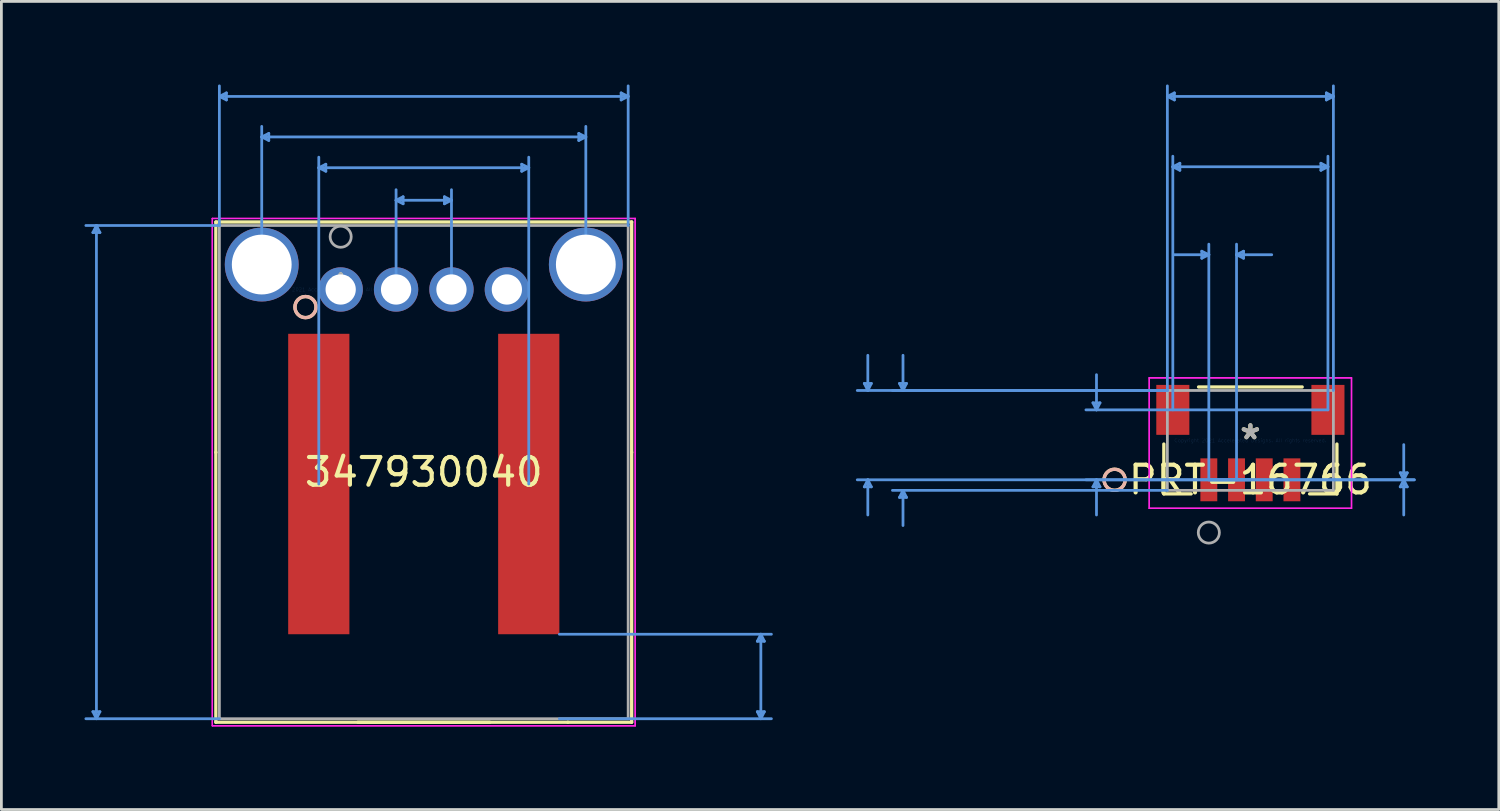
<source format=kicad_pcb>
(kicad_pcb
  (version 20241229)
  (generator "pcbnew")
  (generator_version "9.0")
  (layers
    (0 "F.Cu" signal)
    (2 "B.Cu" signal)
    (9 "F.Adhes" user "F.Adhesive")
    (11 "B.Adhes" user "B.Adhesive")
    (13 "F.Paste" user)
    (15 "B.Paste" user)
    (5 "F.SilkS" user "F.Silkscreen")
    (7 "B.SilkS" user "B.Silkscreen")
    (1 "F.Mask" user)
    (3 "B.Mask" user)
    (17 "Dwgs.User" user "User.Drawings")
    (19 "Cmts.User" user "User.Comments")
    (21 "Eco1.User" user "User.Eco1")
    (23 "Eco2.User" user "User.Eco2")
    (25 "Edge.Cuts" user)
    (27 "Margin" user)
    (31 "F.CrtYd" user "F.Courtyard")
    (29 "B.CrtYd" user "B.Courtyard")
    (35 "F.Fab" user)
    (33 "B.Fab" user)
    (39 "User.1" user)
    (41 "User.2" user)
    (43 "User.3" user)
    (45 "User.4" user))
  (footprint "347930040"
    (layer "F.Cu")
    (at 9.249 7.401)
    (property "Reference" "347930040" (at 3 6.593 0) (layer "F.SilkS") (effects (font (size 1 1) (thickness 0.15))))
    (attr through_hole)
    (fp_line (start -4.506 -2.437) (end -4.506 5.88) (stroke (width 0.12) (type solid)) (layer "F.SilkS"))
    (fp_line (start -4.506 5.88) (end -4.506 15.623) (stroke (width 0.12) (type solid)) (layer "F.SilkS"))
    (fp_line (start -4.506 15.623) (end 8.202 15.623) (stroke (width 0.12) (type solid)) (layer "F.SilkS"))
    (fp_line (start 0.622 15.623) (end 5.378 15.623) (stroke (width 0.12) (type solid)) (layer "F.SilkS"))
    (fp_line (start 8.202 15.623) (end 10.506 15.623) (stroke (width 0.12) (type solid)) (layer "F.SilkS"))
    (fp_line (start 10.506 -2.437) (end -4.506 -2.437) (stroke (width 0.12) (type solid)) (layer "F.SilkS"))
    (fp_line (start 10.506 5.88) (end 10.506 -2.437) (stroke (width 0.12) (type solid)) (layer "F.SilkS"))
    (fp_line (start 10.506 15.623) (end 10.506 5.88) (stroke (width 0.12) (type solid)) (layer "F.SilkS"))
    (fp_circle (center -1.27 0.635) (end -0.889 0.635) (stroke (width 0.12) (type solid)) (fill no) (layer "F.SilkS"))
    (fp_circle (center -1.27 0.635) (end -0.889 0.635) (stroke (width 0.12) (type solid)) (fill no) (layer "B.SilkS"))
    (fp_line (start -8.945 15.242) (end -8.818 15.496) (stroke (width 0.1) (type solid)) (layer "Cmts.User"))
    (fp_line (start -8.945 -2.056) (end -8.818 -2.31) (stroke (width 0.1) (type solid)) (layer "Cmts.User"))
    (fp_line (start -8.945 -2.056) (end -8.691 -2.056) (stroke (width 0.1) (type solid)) (layer "Cmts.User"))
    (fp_line (start -8.818 -2.31) (end -8.818 15.496) (stroke (width 0.1) (type solid)) (layer "Cmts.User"))
    (fp_line (start -8.691 15.242) (end -8.945 15.242) (stroke (width 0.1) (type solid)) (layer "Cmts.User"))
    (fp_line (start -8.691 15.242) (end -8.818 15.496) (stroke (width 0.1) (type solid)) (layer "Cmts.User"))
    (fp_line (start -8.691 -2.056) (end -8.818 -2.31) (stroke (width 0.1) (type solid)) (layer "Cmts.User"))
    (fp_line (start -4.379 -6.97) (end 10.379 -6.97) (stroke (width 0.1) (type solid)) (layer "Cmts.User"))
    (fp_line (start -4.379 -2.31) (end -9.199 -2.31) (stroke (width 0.1) (type solid)) (layer "Cmts.User"))
    (fp_line (start -4.379 -2.31) (end -4.379 -7.351) (stroke (width 0.1) (type solid)) (layer "Cmts.User"))
    (fp_line (start -4.379 15.496) (end -9.199 15.496) (stroke (width 0.1) (type solid)) (layer "Cmts.User"))
    (fp_line (start -4.125 -6.843) (end -4.379 -6.97) (stroke (width 0.1) (type solid)) (layer "Cmts.User"))
    (fp_line (start -4.125 -6.843) (end -4.125 -7.097) (stroke (width 0.1) (type solid)) (layer "Cmts.User"))
    (fp_line (start -4.125 -7.097) (end -4.379 -6.97) (stroke (width 0.1) (type solid)) (layer "Cmts.User"))
    (fp_line (start -2.85 -5.507) (end 8.85 -5.507) (stroke (width 0.1) (type solid)) (layer "Cmts.User"))
    (fp_line (start -2.85 -0.9) (end -2.85 -5.888) (stroke (width 0.1) (type solid)) (layer "Cmts.User"))
    (fp_line (start -2.596 -5.634) (end -2.85 -5.507) (stroke (width 0.1) (type solid)) (layer "Cmts.User"))
    (fp_line (start -2.596 -5.38) (end -2.85 -5.507) (stroke (width 0.1) (type solid)) (layer "Cmts.User"))
    (fp_line (start -2.596 -5.38) (end -2.596 -5.634) (stroke (width 0.1) (type solid)) (layer "Cmts.User"))
    (fp_line (start -0.79 -4.395) (end 6.79 -4.395) (stroke (width 0.1) (type solid)) (layer "Cmts.User"))
    (fp_line (start -0.79 7.023) (end -0.79 -4.776) (stroke (width 0.1) (type solid)) (layer "Cmts.User"))
    (fp_line (start -0.536 -4.268) (end -0.79 -4.395) (stroke (width 0.1) (type solid)) (layer "Cmts.User"))
    (fp_line (start -0.536 -4.268) (end -0.536 -4.522) (stroke (width 0.1) (type solid)) (layer "Cmts.User"))
    (fp_line (start -0.536 -4.522) (end -0.79 -4.395) (stroke (width 0.1) (type solid)) (layer "Cmts.User"))
    (fp_line (start 2 -3.221) (end 4 -3.221) (stroke (width 0.1) (type solid)) (layer "Cmts.User"))
    (fp_line (start 2 0) (end 2 -3.602) (stroke (width 0.1) (type solid)) (layer "Cmts.User"))
    (fp_line (start 2.254 -3.094) (end 2 -3.221) (stroke (width 0.1) (type solid)) (layer "Cmts.User"))
    (fp_line (start 2.254 -3.094) (end 2.254 -3.348) (stroke (width 0.1) (type solid)) (layer "Cmts.User"))
    (fp_line (start 2.254 -3.348) (end 2 -3.221) (stroke (width 0.1) (type solid)) (layer "Cmts.User"))
    (fp_line (start 3.746 -3.348) (end 3.746 -3.094) (stroke (width 0.1) (type solid)) (layer "Cmts.User"))
    (fp_line (start 3.746 -3.348) (end 4 -3.221) (stroke (width 0.1) (type solid)) (layer "Cmts.User"))
    (fp_line (start 3.746 -3.094) (end 4 -3.221) (stroke (width 0.1) (type solid)) (layer "Cmts.User"))
    (fp_line (start 4 0) (end 4 -3.602) (stroke (width 0.1) (type solid)) (layer "Cmts.User"))
    (fp_line (start 6.536 -4.268) (end 6.79 -4.395) (stroke (width 0.1) (type solid)) (layer "Cmts.User"))
    (fp_line (start 6.536 -4.522) (end 6.536 -4.268) (stroke (width 0.1) (type solid)) (layer "Cmts.User"))
    (fp_line (start 6.536 -4.522) (end 6.79 -4.395) (stroke (width 0.1) (type solid)) (layer "Cmts.User"))
    (fp_line (start 6.79 7.023) (end 6.79 -4.776) (stroke (width 0.1) (type solid)) (layer "Cmts.User"))
    (fp_line (start 7.895 12.446) (end 15.55 12.446) (stroke (width 0.1) (type solid)) (layer "Cmts.User"))
    (fp_line (start 7.895 15.496) (end 15.55 15.496) (stroke (width 0.1) (type solid)) (layer "Cmts.User"))
    (fp_line (start 8.596 -5.38) (end 8.85 -5.507) (stroke (width 0.1) (type solid)) (layer "Cmts.User"))
    (fp_line (start 8.596 -5.634) (end 8.596 -5.38) (stroke (width 0.1) (type solid)) (layer "Cmts.User"))
    (fp_line (start 8.596 -5.634) (end 8.85 -5.507) (stroke (width 0.1) (type solid)) (layer "Cmts.User"))
    (fp_line (start 8.85 -0.9) (end 8.85 -5.888) (stroke (width 0.1) (type solid)) (layer "Cmts.User"))
    (fp_line (start 10.125 -6.843) (end 10.379 -6.97) (stroke (width 0.1) (type solid)) (layer "Cmts.User"))
    (fp_line (start 10.125 -7.097) (end 10.125 -6.843) (stroke (width 0.1) (type solid)) (layer "Cmts.User"))
    (fp_line (start 10.125 -7.097) (end 10.379 -6.97) (stroke (width 0.1) (type solid)) (layer "Cmts.User"))
    (fp_line (start 10.379 -2.31) (end 10.379 -7.351) (stroke (width 0.1) (type solid)) (layer "Cmts.User"))
    (fp_line (start 15.042 15.242) (end 15.169 15.496) (stroke (width 0.1) (type solid)) (layer "Cmts.User"))
    (fp_line (start 15.042 12.7) (end 15.169 12.446) (stroke (width 0.1) (type solid)) (layer "Cmts.User"))
    (fp_line (start 15.042 12.7) (end 15.296 12.7) (stroke (width 0.1) (type solid)) (layer "Cmts.User"))
    (fp_line (start 15.169 12.446) (end 15.169 15.496) (stroke (width 0.1) (type solid)) (layer "Cmts.User"))
    (fp_line (start 15.296 15.242) (end 15.042 15.242) (stroke (width 0.1) (type solid)) (layer "Cmts.User"))
    (fp_line (start 15.296 15.242) (end 15.169 15.496) (stroke (width 0.1) (type solid)) (layer "Cmts.User"))
    (fp_line (start 15.296 12.7) (end 15.169 12.446) (stroke (width 0.1) (type solid)) (layer "Cmts.User"))
    (fp_line (start -4.633 -2.564) (end -4.633 15.75) (stroke (width 0.05) (type solid)) (layer "F.CrtYd"))
    (fp_line (start -4.633 -2.564) (end -4.633 15.75) (stroke (width 0.05) (type solid)) (layer "F.CrtYd"))
    (fp_line (start -4.633 15.75) (end 10.633 15.75) (stroke (width 0.05) (type solid)) (layer "F.CrtYd"))
    (fp_line (start -4.633 15.75) (end 10.633 15.75) (stroke (width 0.05) (type solid)) (layer "F.CrtYd"))
    (fp_line (start 10.633 -2.564) (end -4.633 -2.564) (stroke (width 0.05) (type solid)) (layer "F.CrtYd"))
    (fp_line (start 10.633 -2.564) (end -4.633 -2.564) (stroke (width 0.05) (type solid)) (layer "F.CrtYd"))
    (fp_line (start 10.633 15.75) (end 10.633 -2.564) (stroke (width 0.05) (type solid)) (layer "F.CrtYd"))
    (fp_line (start 10.633 15.75) (end 10.633 -2.564) (stroke (width 0.05) (type solid)) (layer "F.CrtYd"))
    (fp_line (start -4.379 -2.31) (end -4.379 15.496) (stroke (width 0.1) (type solid)) (layer "F.Fab"))
    (fp_line (start -4.379 15.496) (end 10.379 15.496) (stroke (width 0.1) (type solid)) (layer "F.Fab"))
    (fp_line (start 10.379 -2.31) (end -4.379 -2.31) (stroke (width 0.1) (type solid)) (layer "F.Fab"))
    (fp_line (start 10.379 15.496) (end 10.379 -2.31) (stroke (width 0.1) (type solid)) (layer "F.Fab"))
    (fp_circle (center 0 -1.905) (end 0.381 -1.905) (stroke (width 0.1) (type solid)) (fill no) (layer "F.Fab"))
    (fp_text user "*" (at 0 0 0) (layer "F.SilkS") (effects (font (size 1 1) (thickness 0.15))))
    (fp_text user "Copyright 2021 Accelerated Designs. All rights reserved." (at 0 0 0) (layer "Cmts.User") (effects (font (size 0.127 0.127) (thickness 0.002))))
    (fp_text user "*" (at 0 0 0) (layer "F.Fab") (effects (font (size 1 1) (thickness 0.15))))
    (pad "1" thru_hole circle (at 0 0) (size 1.6 1.6) (drill 1.092) (layers "*.Cu" "*.Mask"))
    (pad "2" thru_hole circle (at 2 0) (size 1.6 1.6) (drill 1.092) (layers "*.Cu" "*.Mask"))
    (pad "3" thru_hole circle (at 4 0) (size 1.6 1.6) (drill 1.092) (layers "*.Cu" "*.Mask"))
    (pad "4" thru_hole circle (at 6 0) (size 1.6 1.6) (drill 1.092) (layers "*.Cu" "*.Mask"))
    (pad "5" thru_hole circle (at -2.85 -0.9 90) (size 2.667 2.667) (drill 2.159) (layers "*.Cu" "*.Mask"))
    (pad "6" thru_hole circle (at 8.85 -0.9 90) (size 2.667 2.667) (drill 2.159) (layers "*.Cu" "*.Mask"))
    (pad "7" smd rect (at -0.79 7.023 90) (size 10.846 2.21) (layers "F.Cu" "F.Mask" "F.Paste"))
    (pad "8" smd rect (at 6.79 7.023 90) (size 10.846 2.21) (layers "F.Cu" "F.Mask" "F.Paste")))
  (footprint "PRT-16766"
    (layer "F.Cu")
    (at 42.091 12.85)
    (property "Reference" "PRT-16766" (at 0 1.422 0) (layer "F.SilkS") (effects (font (size 1 1) (thickness 0.15))))
    (attr through_hole)
    (fp_line (start -3.124 0.131) (end -3.124 1.93) (stroke (width 0.12) (type solid)) (layer "F.SilkS"))
    (fp_line (start -3.124 1.93) (end -2.138 1.93) (stroke (width 0.12) (type solid)) (layer "F.SilkS"))
    (fp_line (start 1.87 -1.93) (end -1.87 -1.93) (stroke (width 0.12) (type solid)) (layer "F.SilkS"))
    (fp_line (start 2.138 1.93) (end 3.124 1.93) (stroke (width 0.12) (type solid)) (layer "F.SilkS"))
    (fp_line (start 3.124 1.93) (end 3.124 0.131) (stroke (width 0.12) (type solid)) (layer "F.SilkS"))
    (fp_circle (center -4.902 1.422) (end -4.521 1.422) (stroke (width 0.12) (type solid)) (fill no) (layer "F.SilkS"))
    (fp_circle (center -4.902 1.422) (end -4.521 1.422) (stroke (width 0.12) (type solid)) (fill no) (layer "B.SilkS"))
    (fp_line (start -13.938 -2.057) (end -13.684 -2.057) (stroke (width 0.1) (type solid)) (layer "Cmts.User"))
    (fp_line (start -13.938 1.676) (end -13.684 1.676) (stroke (width 0.1) (type solid)) (layer "Cmts.User"))
    (fp_line (start -13.811 -1.803) (end -13.938 -2.057) (stroke (width 0.1) (type solid)) (layer "Cmts.User"))
    (fp_line (start -13.811 -1.803) (end -13.811 -3.073) (stroke (width 0.1) (type solid)) (layer "Cmts.User"))
    (fp_line (start -13.811 -1.803) (end -13.684 -2.057) (stroke (width 0.1) (type solid)) (layer "Cmts.User"))
    (fp_line (start -13.811 1.422) (end -13.938 1.676) (stroke (width 0.1) (type solid)) (layer "Cmts.User"))
    (fp_line (start -13.811 1.422) (end -13.811 2.692) (stroke (width 0.1) (type solid)) (layer "Cmts.User"))
    (fp_line (start -13.811 1.422) (end -13.684 1.676) (stroke (width 0.1) (type solid)) (layer "Cmts.User"))
    (fp_line (start -12.668 -2.057) (end -12.414 -2.057) (stroke (width 0.1) (type solid)) (layer "Cmts.User"))
    (fp_line (start -12.668 2.057) (end -12.414 2.057) (stroke (width 0.1) (type solid)) (layer "Cmts.User"))
    (fp_line (start -12.541 -1.803) (end -12.668 -2.057) (stroke (width 0.1) (type solid)) (layer "Cmts.User"))
    (fp_line (start -12.541 -1.803) (end -12.541 -3.073) (stroke (width 0.1) (type solid)) (layer "Cmts.User"))
    (fp_line (start -12.541 -1.803) (end -12.414 -2.057) (stroke (width 0.1) (type solid)) (layer "Cmts.User"))
    (fp_line (start -12.541 1.803) (end -12.668 2.057) (stroke (width 0.1) (type solid)) (layer "Cmts.User"))
    (fp_line (start -12.541 1.803) (end -12.541 3.073) (stroke (width 0.1) (type solid)) (layer "Cmts.User"))
    (fp_line (start -12.541 1.803) (end -12.414 2.057) (stroke (width 0.1) (type solid)) (layer "Cmts.User"))
    (fp_line (start -5.683 -1.357) (end -5.429 -1.357) (stroke (width 0.1) (type solid)) (layer "Cmts.User"))
    (fp_line (start -5.683 1.676) (end -5.429 1.676) (stroke (width 0.1) (type solid)) (layer "Cmts.User"))
    (fp_line (start -5.556 -1.103) (end -5.683 -1.357) (stroke (width 0.1) (type solid)) (layer "Cmts.User"))
    (fp_line (start -5.556 -1.103) (end -5.556 -2.373) (stroke (width 0.1) (type solid)) (layer "Cmts.User"))
    (fp_line (start -5.556 -1.103) (end -5.429 -1.357) (stroke (width 0.1) (type solid)) (layer "Cmts.User"))
    (fp_line (start -5.556 1.422) (end -5.683 1.676) (stroke (width 0.1) (type solid)) (layer "Cmts.User"))
    (fp_line (start -5.556 1.422) (end -5.556 2.692) (stroke (width 0.1) (type solid)) (layer "Cmts.User"))
    (fp_line (start -5.556 1.422) (end -5.429 1.676) (stroke (width 0.1) (type solid)) (layer "Cmts.User"))
    (fp_line (start -2.997 -12.419) (end -2.743 -12.546) (stroke (width 0.1) (type solid)) (layer "Cmts.User"))
    (fp_line (start -2.997 -12.419) (end -2.743 -12.292) (stroke (width 0.1) (type solid)) (layer "Cmts.User"))
    (fp_line (start -2.997 -12.419) (end 2.997 -12.419) (stroke (width 0.1) (type solid)) (layer "Cmts.User"))
    (fp_line (start -2.997 -1.803) (end -14.192 -1.803) (stroke (width 0.1) (type solid)) (layer "Cmts.User"))
    (fp_line (start -2.997 -1.803) (end -12.922 -1.803) (stroke (width 0.1) (type solid)) (layer "Cmts.User"))
    (fp_line (start -2.997 -1.803) (end -2.997 -12.8) (stroke (width 0.1) (type solid)) (layer "Cmts.User"))
    (fp_line (start -2.997 1.803) (end -12.922 1.803) (stroke (width 0.1) (type solid)) (layer "Cmts.User"))
    (fp_line (start -2.8 -9.879) (end -2.546 -10.006) (stroke (width 0.1) (type solid)) (layer "Cmts.User"))
    (fp_line (start -2.8 -9.879) (end -2.546 -9.752) (stroke (width 0.1) (type solid)) (layer "Cmts.User"))
    (fp_line (start -2.8 -9.879) (end 2.8 -9.879) (stroke (width 0.1) (type solid)) (layer "Cmts.User"))
    (fp_line (start -2.8 -1.103) (end -2.8 -10.26) (stroke (width 0.1) (type solid)) (layer "Cmts.User"))
    (fp_line (start -2.743 -12.546) (end -2.743 -12.292) (stroke (width 0.1) (type solid)) (layer "Cmts.User"))
    (fp_line (start -2.546 -10.006) (end -2.546 -9.752) (stroke (width 0.1) (type solid)) (layer "Cmts.User"))
    (fp_line (start -1.754 -6.831) (end -1.754 -6.577) (stroke (width 0.1) (type solid)) (layer "Cmts.User"))
    (fp_line (start -1.5 -6.704) (end -2.77 -6.704) (stroke (width 0.1) (type solid)) (layer "Cmts.User"))
    (fp_line (start -1.5 -6.704) (end -1.754 -6.831) (stroke (width 0.1) (type solid)) (layer "Cmts.User"))
    (fp_line (start -1.5 -6.704) (end -1.754 -6.577) (stroke (width 0.1) (type solid)) (layer "Cmts.User"))
    (fp_line (start -1.5 1.422) (end -1.5 -7.085) (stroke (width 0.1) (type solid)) (layer "Cmts.User"))
    (fp_line (start -1.5 1.422) (end 5.918 1.422) (stroke (width 0.1) (type solid)) (layer "Cmts.User"))
    (fp_line (start -1.5 1.422) (end 5.918 1.422) (stroke (width 0.1) (type solid)) (layer "Cmts.User"))
    (fp_line (start -0.5 -6.704) (end -0.246 -6.831) (stroke (width 0.1) (type solid)) (layer "Cmts.User"))
    (fp_line (start -0.5 -6.704) (end -0.246 -6.577) (stroke (width 0.1) (type solid)) (layer "Cmts.User"))
    (fp_line (start -0.5 -6.704) (end 0.77 -6.704) (stroke (width 0.1) (type solid)) (layer "Cmts.User"))
    (fp_line (start -0.5 1.422) (end -0.5 -7.085) (stroke (width 0.1) (type solid)) (layer "Cmts.User"))
    (fp_line (start -0.246 -6.831) (end -0.246 -6.577) (stroke (width 0.1) (type solid)) (layer "Cmts.User"))
    (fp_line (start 0 1.422) (end -14.192 1.422) (stroke (width 0.1) (type solid)) (layer "Cmts.User"))
    (fp_line (start 0 1.422) (end -5.937 1.422) (stroke (width 0.1) (type solid)) (layer "Cmts.User"))
    (fp_line (start 2.546 -10.006) (end 2.546 -9.752) (stroke (width 0.1) (type solid)) (layer "Cmts.User"))
    (fp_line (start 2.743 -12.546) (end 2.743 -12.292) (stroke (width 0.1) (type solid)) (layer "Cmts.User"))
    (fp_line (start 2.8 -9.879) (end 2.546 -10.006) (stroke (width 0.1) (type solid)) (layer "Cmts.User"))
    (fp_line (start 2.8 -9.879) (end 2.546 -9.752) (stroke (width 0.1) (type solid)) (layer "Cmts.User"))
    (fp_line (start 2.8 -1.103) (end -5.937 -1.103) (stroke (width 0.1) (type solid)) (layer "Cmts.User"))
    (fp_line (start 2.8 -1.103) (end 2.8 -10.26) (stroke (width 0.1) (type solid)) (layer "Cmts.User"))
    (fp_line (start 2.997 -12.419) (end 2.743 -12.546) (stroke (width 0.1) (type solid)) (layer "Cmts.User"))
    (fp_line (start 2.997 -12.419) (end 2.743 -12.292) (stroke (width 0.1) (type solid)) (layer "Cmts.User"))
    (fp_line (start 2.997 -1.803) (end 2.997 -12.8) (stroke (width 0.1) (type solid)) (layer "Cmts.User"))
    (fp_line (start 5.41 1.168) (end 5.664 1.168) (stroke (width 0.1) (type solid)) (layer "Cmts.User"))
    (fp_line (start 5.41 1.676) (end 5.664 1.676) (stroke (width 0.1) (type solid)) (layer "Cmts.User"))
    (fp_line (start 5.537 1.422) (end 5.41 1.168) (stroke (width 0.1) (type solid)) (layer "Cmts.User"))
    (fp_line (start 5.537 1.422) (end 5.41 1.676) (stroke (width 0.1) (type solid)) (layer "Cmts.User"))
    (fp_line (start 5.537 1.422) (end 5.537 0.152) (stroke (width 0.1) (type solid)) (layer "Cmts.User"))
    (fp_line (start 5.537 1.422) (end 5.537 2.692) (stroke (width 0.1) (type solid)) (layer "Cmts.User"))
    (fp_line (start 5.537 1.422) (end 5.664 1.168) (stroke (width 0.1) (type solid)) (layer "Cmts.User"))
    (fp_line (start 5.537 1.422) (end 5.664 1.676) (stroke (width 0.1) (type solid)) (layer "Cmts.User"))
    (fp_line (start -3.651 -2.259) (end -3.651 2.45) (stroke (width 0.05) (type solid)) (layer "F.CrtYd"))
    (fp_line (start -3.651 -2.259) (end -3.651 2.45) (stroke (width 0.05) (type solid)) (layer "F.CrtYd"))
    (fp_line (start -3.651 2.45) (end 3.651 2.45) (stroke (width 0.05) (type solid)) (layer "F.CrtYd"))
    (fp_line (start -3.651 2.45) (end 3.651 2.45) (stroke (width 0.05) (type solid)) (layer "F.CrtYd"))
    (fp_line (start 3.651 -2.259) (end -3.651 -2.259) (stroke (width 0.05) (type solid)) (layer "F.CrtYd"))
    (fp_line (start 3.651 -2.259) (end -3.651 -2.259) (stroke (width 0.05) (type solid)) (layer "F.CrtYd"))
    (fp_line (start 3.651 2.45) (end 3.651 -2.259) (stroke (width 0.05) (type solid)) (layer "F.CrtYd"))
    (fp_line (start 3.651 2.45) (end 3.651 -2.259) (stroke (width 0.05) (type solid)) (layer "F.CrtYd"))
    (fp_line (start -2.997 -1.803) (end -2.997 1.803) (stroke (width 0.1) (type solid)) (layer "F.Fab"))
    (fp_line (start -2.997 1.803) (end 2.997 1.803) (stroke (width 0.1) (type solid)) (layer "F.Fab"))
    (fp_line (start 2.997 -1.803) (end -2.997 -1.803) (stroke (width 0.1) (type solid)) (layer "F.Fab"))
    (fp_line (start 2.997 1.803) (end 2.997 -1.803) (stroke (width 0.1) (type solid)) (layer "F.Fab"))
    (fp_circle (center -1.5 3.327) (end -1.119 3.327) (stroke (width 0.1) (type solid)) (fill no) (layer "F.Fab"))
    (fp_text user "*" (at 0 0 0) (layer "F.SilkS") (effects (font (size 1 1) (thickness 0.15))))
    (fp_text user "Copyright 2021 Accelerated Designs. All rights reserved." (at 0 0 0) (layer "Cmts.User") (effects (font (size 0.127 0.127) (thickness 0.002))))
    (fp_text user "*" (at 0 0 0) (layer "F.Fab") (effects (font (size 1 1) (thickness 0.15))))
    (pad "1" smd rect (at -1.5 1.422) (size 0.61 1.549) (layers "F.Cu" "F.Mask" "F.Paste"))
    (pad "2" smd rect (at -0.5 1.422) (size 0.61 1.549) (layers "F.Cu" "F.Mask" "F.Paste"))
    (pad "3" smd rect (at 0.5 1.422) (size 0.61 1.549) (layers "F.Cu" "F.Mask" "F.Paste"))
    (pad "4" smd rect (at 1.5 1.422) (size 0.61 1.549) (layers "F.Cu" "F.Mask" "F.Paste"))
    (pad "5" smd rect (at -2.8 -1.103) (size 1.194 1.803) (layers "F.Cu" "F.Mask" "F.Paste"))
    (pad "6" smd rect (at 2.8 -1.103) (size 1.194 1.803) (layers "F.Cu" "F.Mask" "F.Paste")))
  (gr_rect
    (start -3 -3)
    (end 51.059 26.175)
    (stroke (width 0.1) (type default))
    (fill no)
    (layer "Edge.Cuts")))
</source>
